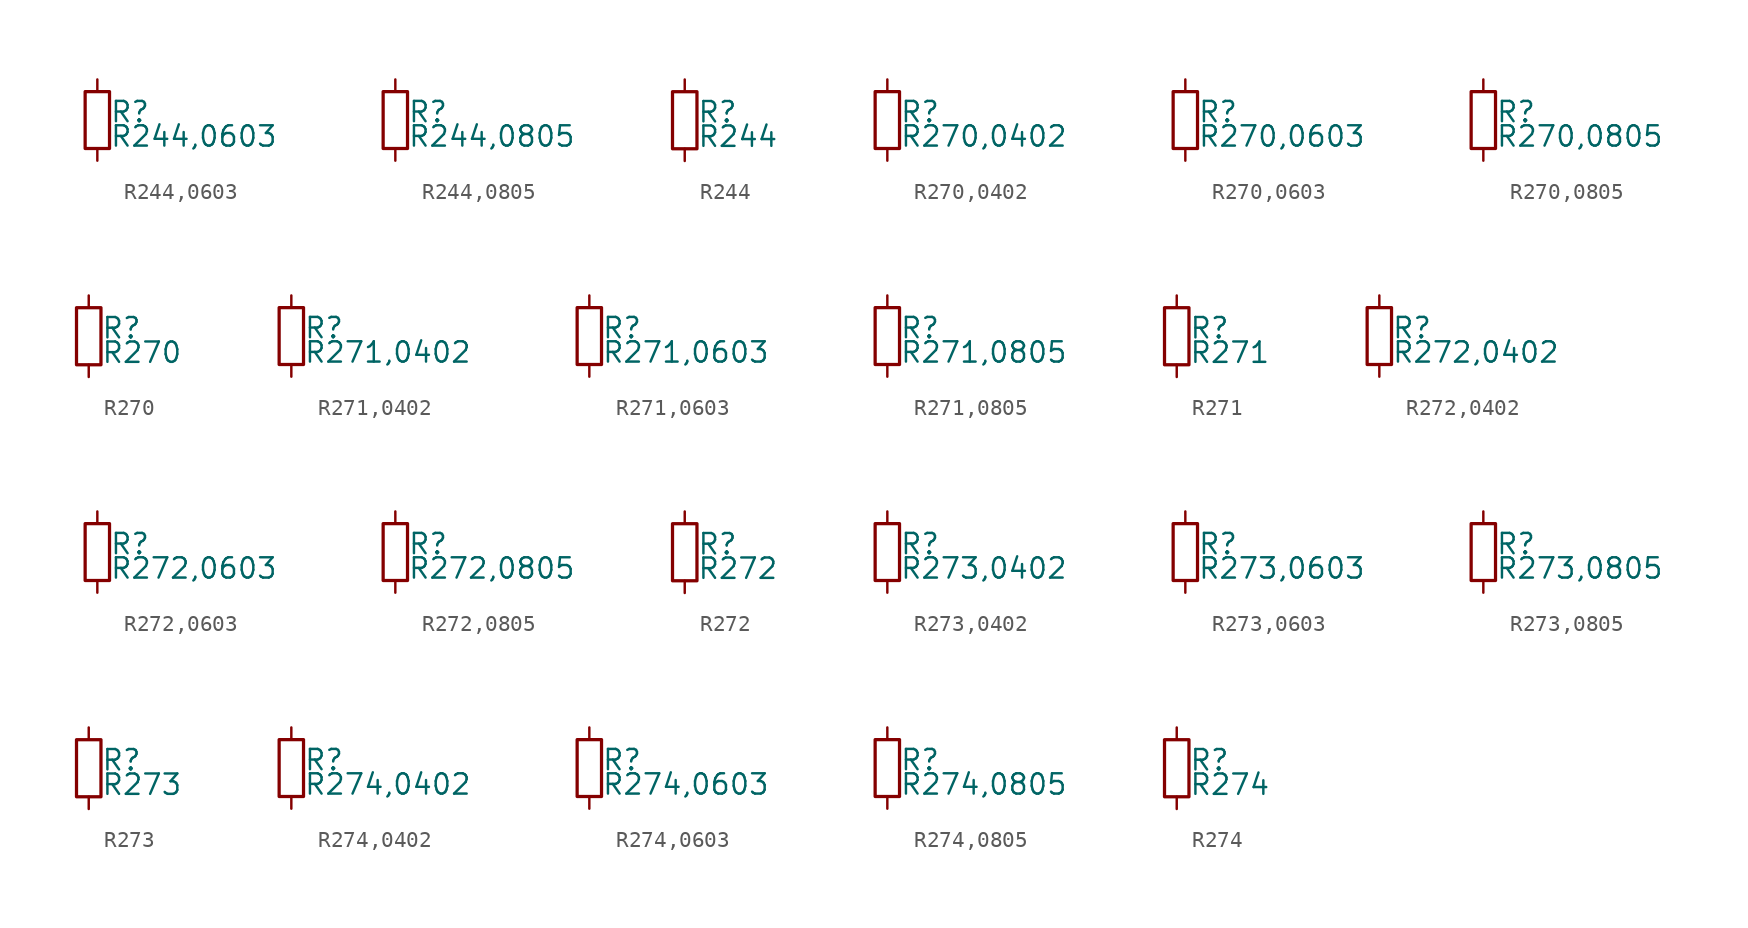
<source format=kicad_sym>
(kicad_symbol_lib
  (version 20211014)
  (generator kicad_symbol_editor)
  (symbol "R244,0603"
    (pin_numbers hide)
    (pin_names
      (offset 0.254) hide)
    (property "Reference" "R"
      (at 0.762 0.508 0)
      (effects (font (size 1.27 1.27)) (justify left)))
    (property "Value" "R244,0603"
      (at 0.762 -1.016 0)
      (effects (font (size 1.27 1.27)) (justify left)))
    (symbol "R244,0603_0_1"
      (rectangle (start -0.762 1.778) (end 0.762 -1.778) (stroke (width 0.203) (type default) (color 0 0 0 0)) (fill (type none))))
    (symbol "R244,0603_1_1"
      (pin passive line (at 0 2.54 270) (length 0.762) (name "~" (effects (font (size 1.27 1.27)))) (number "1" (effects (font (size 1.27 1.27)))))
      (pin passive line (at 0 -2.54 90) (length 0.762) (name "~" (effects (font (size 1.27 1.27)))) (number "2" (effects (font (size 1.27 1.27)))))))
  (symbol "R244,0805"
    (pin_numbers hide)
    (pin_names
      (offset 0.254) hide)
    (property "Reference" "R"
      (at 0.762 0.508 0)
      (effects (font (size 1.27 1.27)) (justify left)))
    (property "Value" "R244,0805"
      (at 0.762 -1.016 0)
      (effects (font (size 1.27 1.27)) (justify left)))
    (symbol "R244,0805_0_1"
      (rectangle (start -0.762 1.778) (end 0.762 -1.778) (stroke (width 0.203) (type default) (color 0 0 0 0)) (fill (type none))))
    (symbol "R244,0805_1_1"
      (pin passive line (at 0 2.54 270) (length 0.762) (name "~" (effects (font (size 1.27 1.27)))) (number "1" (effects (font (size 1.27 1.27)))))
      (pin passive line (at 0 -2.54 90) (length 0.762) (name "~" (effects (font (size 1.27 1.27)))) (number "2" (effects (font (size 1.27 1.27)))))))
  (symbol "R244"
    (pin_numbers hide)
    (pin_names
      (offset 0.254) hide)
    (property "Reference" "R"
      (at 0.762 0.508 0)
      (effects (font (size 1.27 1.27)) (justify left)))
    (property "Value" "R244"
      (at 0.762 -1.016 0)
      (effects (font (size 1.27 1.27)) (justify left)))
    (symbol "R244_0_1"
      (rectangle (start -0.762 1.778) (end 0.762 -1.778) (stroke (width 0.203) (type default) (color 0 0 0 0)) (fill (type none))))
    (symbol "R244_1_1"
      (pin passive line (at 0 2.54 270) (length 0.762) (name "~" (effects (font (size 1.27 1.27)))) (number "1" (effects (font (size 1.27 1.27)))))
      (pin passive line (at 0 -2.54 90) (length 0.762) (name "~" (effects (font (size 1.27 1.27)))) (number "2" (effects (font (size 1.27 1.27)))))))
  (symbol "R270,0402"
    (pin_numbers hide)
    (pin_names
      (offset 0.254) hide)
    (property "Reference" "R"
      (at 0.762 0.508 0)
      (effects (font (size 1.27 1.27)) (justify left)))
    (property "Value" "R270,0402"
      (at 0.762 -1.016 0)
      (effects (font (size 1.27 1.27)) (justify left)))
    (symbol "R270,0402_0_1"
      (rectangle (start -0.762 1.778) (end 0.762 -1.778) (stroke (width 0.203) (type default) (color 0 0 0 0)) (fill (type none))))
    (symbol "R270,0402_1_1"
      (pin passive line (at 0 2.54 270) (length 0.762) (name "~" (effects (font (size 1.27 1.27)))) (number "1" (effects (font (size 1.27 1.27)))))
      (pin passive line (at 0 -2.54 90) (length 0.762) (name "~" (effects (font (size 1.27 1.27)))) (number "2" (effects (font (size 1.27 1.27)))))))
  (symbol "R270,0603"
    (pin_numbers hide)
    (pin_names
      (offset 0.254) hide)
    (property "Reference" "R"
      (at 0.762 0.508 0)
      (effects (font (size 1.27 1.27)) (justify left)))
    (property "Value" "R270,0603"
      (at 0.762 -1.016 0)
      (effects (font (size 1.27 1.27)) (justify left)))
    (symbol "R270,0603_0_1"
      (rectangle (start -0.762 1.778) (end 0.762 -1.778) (stroke (width 0.203) (type default) (color 0 0 0 0)) (fill (type none))))
    (symbol "R270,0603_1_1"
      (pin passive line (at 0 2.54 270) (length 0.762) (name "~" (effects (font (size 1.27 1.27)))) (number "1" (effects (font (size 1.27 1.27)))))
      (pin passive line (at 0 -2.54 90) (length 0.762) (name "~" (effects (font (size 1.27 1.27)))) (number "2" (effects (font (size 1.27 1.27)))))))
  (symbol "R270,0805"
    (pin_numbers hide)
    (pin_names
      (offset 0.254) hide)
    (property "Reference" "R"
      (at 0.762 0.508 0)
      (effects (font (size 1.27 1.27)) (justify left)))
    (property "Value" "R270,0805"
      (at 0.762 -1.016 0)
      (effects (font (size 1.27 1.27)) (justify left)))
    (symbol "R270,0805_0_1"
      (rectangle (start -0.762 1.778) (end 0.762 -1.778) (stroke (width 0.203) (type default) (color 0 0 0 0)) (fill (type none))))
    (symbol "R270,0805_1_1"
      (pin passive line (at 0 2.54 270) (length 0.762) (name "~" (effects (font (size 1.27 1.27)))) (number "1" (effects (font (size 1.27 1.27)))))
      (pin passive line (at 0 -2.54 90) (length 0.762) (name "~" (effects (font (size 1.27 1.27)))) (number "2" (effects (font (size 1.27 1.27)))))))
  (symbol "R270"
    (pin_numbers hide)
    (pin_names
      (offset 0.254) hide)
    (property "Reference" "R"
      (at 0.762 0.508 0)
      (effects (font (size 1.27 1.27)) (justify left)))
    (property "Value" "R270"
      (at 0.762 -1.016 0)
      (effects (font (size 1.27 1.27)) (justify left)))
    (symbol "R270_0_1"
      (rectangle (start -0.762 1.778) (end 0.762 -1.778) (stroke (width 0.203) (type default) (color 0 0 0 0)) (fill (type none))))
    (symbol "R270_1_1"
      (pin passive line (at 0 2.54 270) (length 0.762) (name "~" (effects (font (size 1.27 1.27)))) (number "1" (effects (font (size 1.27 1.27)))))
      (pin passive line (at 0 -2.54 90) (length 0.762) (name "~" (effects (font (size 1.27 1.27)))) (number "2" (effects (font (size 1.27 1.27)))))))
  (symbol "R271,0402"
    (pin_numbers hide)
    (pin_names
      (offset 0.254) hide)
    (property "Reference" "R"
      (at 0.762 0.508 0)
      (effects (font (size 1.27 1.27)) (justify left)))
    (property "Value" "R271,0402"
      (at 0.762 -1.016 0)
      (effects (font (size 1.27 1.27)) (justify left)))
    (symbol "R271,0402_0_1"
      (rectangle (start -0.762 1.778) (end 0.762 -1.778) (stroke (width 0.203) (type default) (color 0 0 0 0)) (fill (type none))))
    (symbol "R271,0402_1_1"
      (pin passive line (at 0 2.54 270) (length 0.762) (name "~" (effects (font (size 1.27 1.27)))) (number "1" (effects (font (size 1.27 1.27)))))
      (pin passive line (at 0 -2.54 90) (length 0.762) (name "~" (effects (font (size 1.27 1.27)))) (number "2" (effects (font (size 1.27 1.27)))))))
  (symbol "R271,0603"
    (pin_numbers hide)
    (pin_names
      (offset 0.254) hide)
    (property "Reference" "R"
      (at 0.762 0.508 0)
      (effects (font (size 1.27 1.27)) (justify left)))
    (property "Value" "R271,0603"
      (at 0.762 -1.016 0)
      (effects (font (size 1.27 1.27)) (justify left)))
    (symbol "R271,0603_0_1"
      (rectangle (start -0.762 1.778) (end 0.762 -1.778) (stroke (width 0.203) (type default) (color 0 0 0 0)) (fill (type none))))
    (symbol "R271,0603_1_1"
      (pin passive line (at 0 2.54 270) (length 0.762) (name "~" (effects (font (size 1.27 1.27)))) (number "1" (effects (font (size 1.27 1.27)))))
      (pin passive line (at 0 -2.54 90) (length 0.762) (name "~" (effects (font (size 1.27 1.27)))) (number "2" (effects (font (size 1.27 1.27)))))))
  (symbol "R271,0805"
    (pin_numbers hide)
    (pin_names
      (offset 0.254) hide)
    (property "Reference" "R"
      (at 0.762 0.508 0)
      (effects (font (size 1.27 1.27)) (justify left)))
    (property "Value" "R271,0805"
      (at 0.762 -1.016 0)
      (effects (font (size 1.27 1.27)) (justify left)))
    (symbol "R271,0805_0_1"
      (rectangle (start -0.762 1.778) (end 0.762 -1.778) (stroke (width 0.203) (type default) (color 0 0 0 0)) (fill (type none))))
    (symbol "R271,0805_1_1"
      (pin passive line (at 0 2.54 270) (length 0.762) (name "~" (effects (font (size 1.27 1.27)))) (number "1" (effects (font (size 1.27 1.27)))))
      (pin passive line (at 0 -2.54 90) (length 0.762) (name "~" (effects (font (size 1.27 1.27)))) (number "2" (effects (font (size 1.27 1.27)))))))
  (symbol "R271"
    (pin_numbers hide)
    (pin_names
      (offset 0.254) hide)
    (property "Reference" "R"
      (at 0.762 0.508 0)
      (effects (font (size 1.27 1.27)) (justify left)))
    (property "Value" "R271"
      (at 0.762 -1.016 0)
      (effects (font (size 1.27 1.27)) (justify left)))
    (symbol "R271_0_1"
      (rectangle (start -0.762 1.778) (end 0.762 -1.778) (stroke (width 0.203) (type default) (color 0 0 0 0)) (fill (type none))))
    (symbol "R271_1_1"
      (pin passive line (at 0 2.54 270) (length 0.762) (name "~" (effects (font (size 1.27 1.27)))) (number "1" (effects (font (size 1.27 1.27)))))
      (pin passive line (at 0 -2.54 90) (length 0.762) (name "~" (effects (font (size 1.27 1.27)))) (number "2" (effects (font (size 1.27 1.27)))))))
  (symbol "R272,0402"
    (pin_numbers hide)
    (pin_names
      (offset 0.254) hide)
    (property "Reference" "R"
      (at 0.762 0.508 0)
      (effects (font (size 1.27 1.27)) (justify left)))
    (property "Value" "R272,0402"
      (at 0.762 -1.016 0)
      (effects (font (size 1.27 1.27)) (justify left)))
    (symbol "R272,0402_0_1"
      (rectangle (start -0.762 1.778) (end 0.762 -1.778) (stroke (width 0.203) (type default) (color 0 0 0 0)) (fill (type none))))
    (symbol "R272,0402_1_1"
      (pin passive line (at 0 2.54 270) (length 0.762) (name "~" (effects (font (size 1.27 1.27)))) (number "1" (effects (font (size 1.27 1.27)))))
      (pin passive line (at 0 -2.54 90) (length 0.762) (name "~" (effects (font (size 1.27 1.27)))) (number "2" (effects (font (size 1.27 1.27)))))))
  (symbol "R272,0603"
    (pin_numbers hide)
    (pin_names
      (offset 0.254) hide)
    (property "Reference" "R"
      (at 0.762 0.508 0)
      (effects (font (size 1.27 1.27)) (justify left)))
    (property "Value" "R272,0603"
      (at 0.762 -1.016 0)
      (effects (font (size 1.27 1.27)) (justify left)))
    (symbol "R272,0603_0_1"
      (rectangle (start -0.762 1.778) (end 0.762 -1.778) (stroke (width 0.203) (type default) (color 0 0 0 0)) (fill (type none))))
    (symbol "R272,0603_1_1"
      (pin passive line (at 0 2.54 270) (length 0.762) (name "~" (effects (font (size 1.27 1.27)))) (number "1" (effects (font (size 1.27 1.27)))))
      (pin passive line (at 0 -2.54 90) (length 0.762) (name "~" (effects (font (size 1.27 1.27)))) (number "2" (effects (font (size 1.27 1.27)))))))
  (symbol "R272,0805"
    (pin_numbers hide)
    (pin_names
      (offset 0.254) hide)
    (property "Reference" "R"
      (at 0.762 0.508 0)
      (effects (font (size 1.27 1.27)) (justify left)))
    (property "Value" "R272,0805"
      (at 0.762 -1.016 0)
      (effects (font (size 1.27 1.27)) (justify left)))
    (symbol "R272,0805_0_1"
      (rectangle (start -0.762 1.778) (end 0.762 -1.778) (stroke (width 0.203) (type default) (color 0 0 0 0)) (fill (type none))))
    (symbol "R272,0805_1_1"
      (pin passive line (at 0 2.54 270) (length 0.762) (name "~" (effects (font (size 1.27 1.27)))) (number "1" (effects (font (size 1.27 1.27)))))
      (pin passive line (at 0 -2.54 90) (length 0.762) (name "~" (effects (font (size 1.27 1.27)))) (number "2" (effects (font (size 1.27 1.27)))))))
  (symbol "R272"
    (pin_numbers hide)
    (pin_names
      (offset 0.254) hide)
    (property "Reference" "R"
      (at 0.762 0.508 0)
      (effects (font (size 1.27 1.27)) (justify left)))
    (property "Value" "R272"
      (at 0.762 -1.016 0)
      (effects (font (size 1.27 1.27)) (justify left)))
    (symbol "R272_0_1"
      (rectangle (start -0.762 1.778) (end 0.762 -1.778) (stroke (width 0.203) (type default) (color 0 0 0 0)) (fill (type none))))
    (symbol "R272_1_1"
      (pin passive line (at 0 2.54 270) (length 0.762) (name "~" (effects (font (size 1.27 1.27)))) (number "1" (effects (font (size 1.27 1.27)))))
      (pin passive line (at 0 -2.54 90) (length 0.762) (name "~" (effects (font (size 1.27 1.27)))) (number "2" (effects (font (size 1.27 1.27)))))))
  (symbol "R273,0402"
    (pin_numbers hide)
    (pin_names
      (offset 0.254) hide)
    (property "Reference" "R"
      (at 0.762 0.508 0)
      (effects (font (size 1.27 1.27)) (justify left)))
    (property "Value" "R273,0402"
      (at 0.762 -1.016 0)
      (effects (font (size 1.27 1.27)) (justify left)))
    (symbol "R273,0402_0_1"
      (rectangle (start -0.762 1.778) (end 0.762 -1.778) (stroke (width 0.203) (type default) (color 0 0 0 0)) (fill (type none))))
    (symbol "R273,0402_1_1"
      (pin passive line (at 0 2.54 270) (length 0.762) (name "~" (effects (font (size 1.27 1.27)))) (number "1" (effects (font (size 1.27 1.27)))))
      (pin passive line (at 0 -2.54 90) (length 0.762) (name "~" (effects (font (size 1.27 1.27)))) (number "2" (effects (font (size 1.27 1.27)))))))
  (symbol "R273,0603"
    (pin_numbers hide)
    (pin_names
      (offset 0.254) hide)
    (property "Reference" "R"
      (at 0.762 0.508 0)
      (effects (font (size 1.27 1.27)) (justify left)))
    (property "Value" "R273,0603"
      (at 0.762 -1.016 0)
      (effects (font (size 1.27 1.27)) (justify left)))
    (symbol "R273,0603_0_1"
      (rectangle (start -0.762 1.778) (end 0.762 -1.778) (stroke (width 0.203) (type default) (color 0 0 0 0)) (fill (type none))))
    (symbol "R273,0603_1_1"
      (pin passive line (at 0 2.54 270) (length 0.762) (name "~" (effects (font (size 1.27 1.27)))) (number "1" (effects (font (size 1.27 1.27)))))
      (pin passive line (at 0 -2.54 90) (length 0.762) (name "~" (effects (font (size 1.27 1.27)))) (number "2" (effects (font (size 1.27 1.27)))))))
  (symbol "R273,0805"
    (pin_numbers hide)
    (pin_names
      (offset 0.254) hide)
    (property "Reference" "R"
      (at 0.762 0.508 0)
      (effects (font (size 1.27 1.27)) (justify left)))
    (property "Value" "R273,0805"
      (at 0.762 -1.016 0)
      (effects (font (size 1.27 1.27)) (justify left)))
    (symbol "R273,0805_0_1"
      (rectangle (start -0.762 1.778) (end 0.762 -1.778) (stroke (width 0.203) (type default) (color 0 0 0 0)) (fill (type none))))
    (symbol "R273,0805_1_1"
      (pin passive line (at 0 2.54 270) (length 0.762) (name "~" (effects (font (size 1.27 1.27)))) (number "1" (effects (font (size 1.27 1.27)))))
      (pin passive line (at 0 -2.54 90) (length 0.762) (name "~" (effects (font (size 1.27 1.27)))) (number "2" (effects (font (size 1.27 1.27)))))))
  (symbol "R273"
    (pin_numbers hide)
    (pin_names
      (offset 0.254) hide)
    (property "Reference" "R"
      (at 0.762 0.508 0)
      (effects (font (size 1.27 1.27)) (justify left)))
    (property "Value" "R273"
      (at 0.762 -1.016 0)
      (effects (font (size 1.27 1.27)) (justify left)))
    (symbol "R273_0_1"
      (rectangle (start -0.762 1.778) (end 0.762 -1.778) (stroke (width 0.203) (type default) (color 0 0 0 0)) (fill (type none))))
    (symbol "R273_1_1"
      (pin passive line (at 0 2.54 270) (length 0.762) (name "~" (effects (font (size 1.27 1.27)))) (number "1" (effects (font (size 1.27 1.27)))))
      (pin passive line (at 0 -2.54 90) (length 0.762) (name "~" (effects (font (size 1.27 1.27)))) (number "2" (effects (font (size 1.27 1.27)))))))
  (symbol "R274,0402"
    (pin_numbers hide)
    (pin_names
      (offset 0.254) hide)
    (property "Reference" "R"
      (at 0.762 0.508 0)
      (effects (font (size 1.27 1.27)) (justify left)))
    (property "Value" "R274,0402"
      (at 0.762 -1.016 0)
      (effects (font (size 1.27 1.27)) (justify left)))
    (symbol "R274,0402_0_1"
      (rectangle (start -0.762 1.778) (end 0.762 -1.778) (stroke (width 0.203) (type default) (color 0 0 0 0)) (fill (type none))))
    (symbol "R274,0402_1_1"
      (pin passive line (at 0 2.54 270) (length 0.762) (name "~" (effects (font (size 1.27 1.27)))) (number "1" (effects (font (size 1.27 1.27)))))
      (pin passive line (at 0 -2.54 90) (length 0.762) (name "~" (effects (font (size 1.27 1.27)))) (number "2" (effects (font (size 1.27 1.27)))))))
  (symbol "R274,0603"
    (pin_numbers hide)
    (pin_names
      (offset 0.254) hide)
    (property "Reference" "R"
      (at 0.762 0.508 0)
      (effects (font (size 1.27 1.27)) (justify left)))
    (property "Value" "R274,0603"
      (at 0.762 -1.016 0)
      (effects (font (size 1.27 1.27)) (justify left)))
    (symbol "R274,0603_0_1"
      (rectangle (start -0.762 1.778) (end 0.762 -1.778) (stroke (width 0.203) (type default) (color 0 0 0 0)) (fill (type none))))
    (symbol "R274,0603_1_1"
      (pin passive line (at 0 2.54 270) (length 0.762) (name "~" (effects (font (size 1.27 1.27)))) (number "1" (effects (font (size 1.27 1.27)))))
      (pin passive line (at 0 -2.54 90) (length 0.762) (name "~" (effects (font (size 1.27 1.27)))) (number "2" (effects (font (size 1.27 1.27)))))))
  (symbol "R274,0805"
    (pin_numbers hide)
    (pin_names
      (offset 0.254) hide)
    (property "Reference" "R"
      (at 0.762 0.508 0)
      (effects (font (size 1.27 1.27)) (justify left)))
    (property "Value" "R274,0805"
      (at 0.762 -1.016 0)
      (effects (font (size 1.27 1.27)) (justify left)))
    (symbol "R274,0805_0_1"
      (rectangle (start -0.762 1.778) (end 0.762 -1.778) (stroke (width 0.203) (type default) (color 0 0 0 0)) (fill (type none))))
    (symbol "R274,0805_1_1"
      (pin passive line (at 0 2.54 270) (length 0.762) (name "~" (effects (font (size 1.27 1.27)))) (number "1" (effects (font (size 1.27 1.27)))))
      (pin passive line (at 0 -2.54 90) (length 0.762) (name "~" (effects (font (size 1.27 1.27)))) (number "2" (effects (font (size 1.27 1.27)))))))
  (symbol "R274"
    (pin_numbers hide)
    (pin_names
      (offset 0.254) hide)
    (property "Reference" "R"
      (at 0.762 0.508 0)
      (effects (font (size 1.27 1.27)) (justify left)))
    (property "Value" "R274"
      (at 0.762 -1.016 0)
      (effects (font (size 1.27 1.27)) (justify left)))
    (symbol "R274_0_1"
      (rectangle (start -0.762 1.778) (end 0.762 -1.778) (stroke (width 0.203) (type default) (color 0 0 0 0)) (fill (type none))))
    (symbol "R274_1_1"
      (pin passive line (at 0 2.54 270) (length 0.762) (name "~" (effects (font (size 1.27 1.27)))) (number "1" (effects (font (size 1.27 1.27)))))
      (pin passive line (at 0 -2.54 90) (length 0.762) (name "~" (effects (font (size 1.27 1.27)))) (number "2" (effects (font (size 1.27 1.27))))))))
</source>
